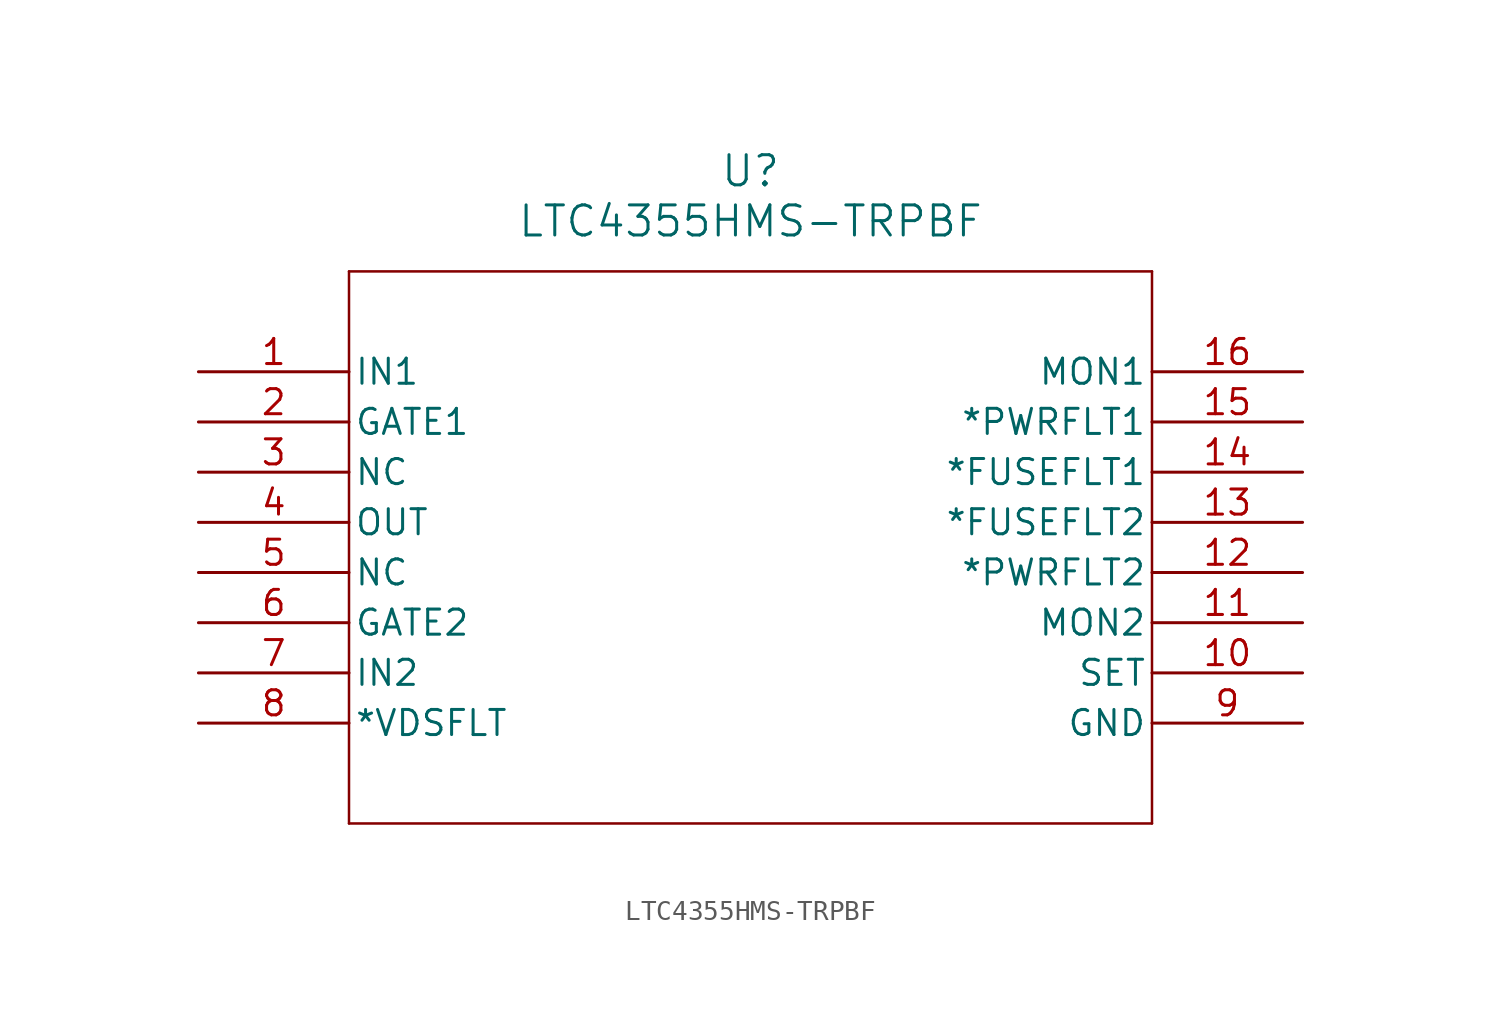
<source format=kicad_sym>
(kicad_symbol_lib
  (version 20211014)
  (generator kicad_symbol_editor)
  (symbol "LTC4355HMS-TRPBF"
    (pin_names
      (offset 0.254))
    (property "Reference" "U"
      (at 27.94 10.16 0)
      (effects (font (size 1.524 1.524))))
    (property "Value" "LTC4355HMS-TRPBF"
      (at 27.94 7.62 0)
      (effects (font (size 1.524 1.524))))
    (symbol "LTC4355HMS-TRPBF_0_1"
      (polyline (pts (xy 7.62 5.08) (xy 7.62 -22.86)) (stroke (width 0.127) (type default) (color 0 0 0 0)) (fill (type none)))
      (polyline (pts (xy 7.62 -22.86) (xy 48.26 -22.86)) (stroke (width 0.127) (type default) (color 0 0 0 0)) (fill (type none)))
      (polyline (pts (xy 48.26 -22.86) (xy 48.26 5.08)) (stroke (width 0.127) (type default) (color 0 0 0 0)) (fill (type none)))
      (polyline (pts (xy 48.26 5.08) (xy 7.62 5.08)) (stroke (width 0.127) (type default) (color 0 0 0 0)) (fill (type none)))
      (pin unspecified line (at 0 0 0) (length 7.62) (name "IN1" (effects (font (size 1.27 1.27)))) (number "1" (effects (font (size 1.27 1.27)))))
      (pin unspecified line (at 0 -2.54 0) (length 7.62) (name "GATE1" (effects (font (size 1.27 1.27)))) (number "2" (effects (font (size 1.27 1.27)))))
      (pin unspecified line (at 0 -5.08 0) (length 7.62) (name "NC" (effects (font (size 1.27 1.27)))) (number "3" (effects (font (size 1.27 1.27)))))
      (pin unspecified line (at 0 -7.62 0) (length 7.62) (name "OUT" (effects (font (size 1.27 1.27)))) (number "4" (effects (font (size 1.27 1.27)))))
      (pin unspecified line (at 0 -10.16 0) (length 7.62) (name "NC" (effects (font (size 1.27 1.27)))) (number "5" (effects (font (size 1.27 1.27)))))
      (pin unspecified line (at 0 -12.7 0) (length 7.62) (name "GATE2" (effects (font (size 1.27 1.27)))) (number "6" (effects (font (size 1.27 1.27)))))
      (pin unspecified line (at 0 -15.24 0) (length 7.62) (name "IN2" (effects (font (size 1.27 1.27)))) (number "7" (effects (font (size 1.27 1.27)))))
      (pin unspecified line (at 0 -17.78 0) (length 7.62) (name "*VDSFLT" (effects (font (size 1.27 1.27)))) (number "8" (effects (font (size 1.27 1.27)))))
      (pin unspecified line (at 55.88 -17.78 180) (length 7.62) (name "GND" (effects (font (size 1.27 1.27)))) (number "9" (effects (font (size 1.27 1.27)))))
      (pin unspecified line (at 55.88 -15.24 180) (length 7.62) (name "SET" (effects (font (size 1.27 1.27)))) (number "10" (effects (font (size 1.27 1.27)))))
      (pin unspecified line (at 55.88 -12.7 180) (length 7.62) (name "MON2" (effects (font (size 1.27 1.27)))) (number "11" (effects (font (size 1.27 1.27)))))
      (pin unspecified line (at 55.88 -10.16 180) (length 7.62) (name "*PWRFLT2" (effects (font (size 1.27 1.27)))) (number "12" (effects (font (size 1.27 1.27)))))
      (pin unspecified line (at 55.88 -7.62 180) (length 7.62) (name "*FUSEFLT2" (effects (font (size 1.27 1.27)))) (number "13" (effects (font (size 1.27 1.27)))))
      (pin unspecified line (at 55.88 -5.08 180) (length 7.62) (name "*FUSEFLT1" (effects (font (size 1.27 1.27)))) (number "14" (effects (font (size 1.27 1.27)))))
      (pin unspecified line (at 55.88 -2.54 180) (length 7.62) (name "*PWRFLT1" (effects (font (size 1.27 1.27)))) (number "15" (effects (font (size 1.27 1.27)))))
      (pin unspecified line (at 55.88 0 180) (length 7.62) (name "MON1" (effects (font (size 1.27 1.27)))) (number "16" (effects (font (size 1.27 1.27))))))))
</source>
